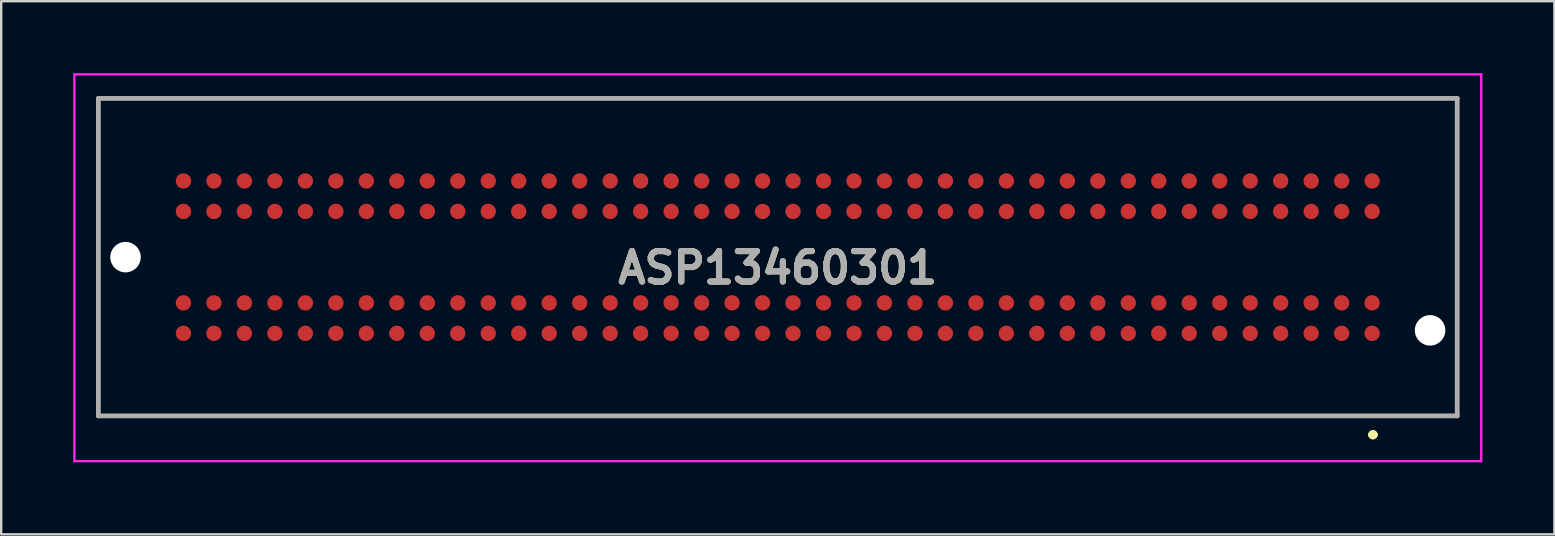
<source format=kicad_pcb>
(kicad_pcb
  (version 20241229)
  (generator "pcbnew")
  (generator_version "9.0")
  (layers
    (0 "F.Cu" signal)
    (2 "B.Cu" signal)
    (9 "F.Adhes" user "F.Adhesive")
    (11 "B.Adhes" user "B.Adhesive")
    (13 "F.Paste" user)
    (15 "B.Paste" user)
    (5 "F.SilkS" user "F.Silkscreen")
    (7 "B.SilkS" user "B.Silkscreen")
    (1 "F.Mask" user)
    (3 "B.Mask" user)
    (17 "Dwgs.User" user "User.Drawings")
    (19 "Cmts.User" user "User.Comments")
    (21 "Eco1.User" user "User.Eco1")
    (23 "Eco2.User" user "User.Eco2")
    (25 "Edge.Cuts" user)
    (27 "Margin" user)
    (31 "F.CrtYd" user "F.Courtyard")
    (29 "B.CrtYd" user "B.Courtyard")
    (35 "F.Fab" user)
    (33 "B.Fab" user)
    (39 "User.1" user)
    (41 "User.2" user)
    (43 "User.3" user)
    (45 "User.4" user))
  (footprint "ASP13460301"
    (layer "F.Cu")
    (at 29.36 7.665)
    (property "Reference" "ASP13460301" (at 0 0.442 0) (layer "F.SilkS") (effects (font (size 1.27 1.27) (thickness 0.254))))
    (attr through_hole)
    (fp_line (start -28.31 -6.615) (end 28.31 -6.615) (stroke (width 0.1) (type solid)) (layer "F.SilkS"))
    (fp_line (start -28.31 6.615) (end -28.31 -6.615) (stroke (width 0.1) (type solid)) (layer "F.SilkS"))
    (fp_line (start 24.7 7.4) (end 24.7 7.4) (stroke (width 0.2) (type solid)) (layer "F.SilkS"))
    (fp_line (start 24.9 7.4) (end 24.9 7.4) (stroke (width 0.2) (type solid)) (layer "F.SilkS"))
    (fp_line (start 28.31 -6.615) (end 28.31 6.615) (stroke (width 0.1) (type solid)) (layer "F.SilkS"))
    (fp_line (start 28.31 6.615) (end -28.31 6.615) (stroke (width 0.1) (type solid)) (layer "F.SilkS"))
    (fp_arc (start 24.7 7.4) (mid 24.8 7.3) (end 24.9 7.4) (stroke (width 0.2) (type solid)) (layer "F.SilkS"))
    (fp_arc (start 24.9 7.4) (mid 24.8 7.5) (end 24.7 7.4) (stroke (width 0.2) (type solid)) (layer "F.SilkS"))
    (fp_line (start -29.31 -7.615) (end 29.31 -7.615) (stroke (width 0.1) (type solid)) (layer "F.CrtYd"))
    (fp_line (start -29.31 8.5) (end -29.31 -7.615) (stroke (width 0.1) (type solid)) (layer "F.CrtYd"))
    (fp_line (start 29.31 -7.615) (end 29.31 8.5) (stroke (width 0.1) (type solid)) (layer "F.CrtYd"))
    (fp_line (start 29.31 8.5) (end -29.31 8.5) (stroke (width 0.1) (type solid)) (layer "F.CrtYd"))
    (fp_line (start -28.31 -6.615) (end 28.31 -6.615) (stroke (width 0.2) (type solid)) (layer "F.Fab"))
    (fp_line (start -28.31 6.615) (end -28.31 -6.615) (stroke (width 0.2) (type solid)) (layer "F.Fab"))
    (fp_line (start 28.31 -6.615) (end 28.31 6.615) (stroke (width 0.2) (type solid)) (layer "F.Fab"))
    (fp_line (start 28.31 6.615) (end -28.31 6.615) (stroke (width 0.2) (type solid)) (layer "F.Fab"))
    (fp_text user "${REFERENCE}" (at 0 0.442 0) (layer "F.Fab") (effects (font (size 1.27 1.27) (thickness 0.254))))
    (pad "" np_thru_hole circle (at -27.18 0) (size 1.27 1.27) (drill 1.27) (layers "*.Cu" "*.Mask"))
    (pad "" np_thru_hole circle (at 27.18 3.05) (size 1.27 1.27) (drill 1.27) (layers "*.Cu" "*.Mask"))
    (pad "C1" smd circle (at 24.765 3.175 90) (size 0.64 0.64) (layers "F.Cu" "F.Mask" "F.Paste"))
    (pad "C2" smd circle (at 23.495 3.175 90) (size 0.64 0.64) (layers "F.Cu" "F.Mask" "F.Paste"))
    (pad "C3" smd circle (at 22.225 3.175 90) (size 0.64 0.64) (layers "F.Cu" "F.Mask" "F.Paste"))
    (pad "C4" smd circle (at 20.955 3.175 90) (size 0.64 0.64) (layers "F.Cu" "F.Mask" "F.Paste"))
    (pad "C5" smd circle (at 19.685 3.175 90) (size 0.64 0.64) (layers "F.Cu" "F.Mask" "F.Paste"))
    (pad "C6" smd circle (at 18.415 3.175 90) (size 0.64 0.64) (layers "F.Cu" "F.Mask" "F.Paste"))
    (pad "C7" smd circle (at 17.145 3.175 90) (size 0.64 0.64) (layers "F.Cu" "F.Mask" "F.Paste"))
    (pad "C8" smd circle (at 15.875 3.175 90) (size 0.64 0.64) (layers "F.Cu" "F.Mask" "F.Paste"))
    (pad "C9" smd circle (at 14.605 3.175 90) (size 0.64 0.64) (layers "F.Cu" "F.Mask" "F.Paste"))
    (pad "C10" smd circle (at 13.335 3.175 90) (size 0.64 0.64) (layers "F.Cu" "F.Mask" "F.Paste"))
    (pad "C11" smd circle (at 12.065 3.175 90) (size 0.64 0.64) (layers "F.Cu" "F.Mask" "F.Paste"))
    (pad "C12" smd circle (at 10.795 3.175 90) (size 0.64 0.64) (layers "F.Cu" "F.Mask" "F.Paste"))
    (pad "C13" smd circle (at 9.525 3.175 90) (size 0.64 0.64) (layers "F.Cu" "F.Mask" "F.Paste"))
    (pad "C14" smd circle (at 8.255 3.175 90) (size 0.64 0.64) (layers "F.Cu" "F.Mask" "F.Paste"))
    (pad "C15" smd circle (at 6.985 3.175 90) (size 0.64 0.64) (layers "F.Cu" "F.Mask" "F.Paste"))
    (pad "C16" smd circle (at 5.715 3.175 90) (size 0.64 0.64) (layers "F.Cu" "F.Mask" "F.Paste"))
    (pad "C17" smd circle (at 4.445 3.175 90) (size 0.64 0.64) (layers "F.Cu" "F.Mask" "F.Paste"))
    (pad "C18" smd circle (at 3.175 3.175 90) (size 0.64 0.64) (layers "F.Cu" "F.Mask" "F.Paste"))
    (pad "C19" smd circle (at 1.905 3.175 90) (size 0.64 0.64) (layers "F.Cu" "F.Mask" "F.Paste"))
    (pad "C20" smd circle (at 0.635 3.175 90) (size 0.64 0.64) (layers "F.Cu" "F.Mask" "F.Paste"))
    (pad "C21" smd circle (at -0.635 3.175 90) (size 0.64 0.64) (layers "F.Cu" "F.Mask" "F.Paste"))
    (pad "C22" smd circle (at -1.905 3.175 90) (size 0.64 0.64) (layers "F.Cu" "F.Mask" "F.Paste"))
    (pad "C23" smd circle (at -3.175 3.175 90) (size 0.64 0.64) (layers "F.Cu" "F.Mask" "F.Paste"))
    (pad "C24" smd circle (at -4.445 3.175 90) (size 0.64 0.64) (layers "F.Cu" "F.Mask" "F.Paste"))
    (pad "C25" smd circle (at -5.715 3.175 90) (size 0.64 0.64) (layers "F.Cu" "F.Mask" "F.Paste"))
    (pad "C26" smd circle (at -6.985 3.175 90) (size 0.64 0.64) (layers "F.Cu" "F.Mask" "F.Paste"))
    (pad "C27" smd circle (at -8.255 3.175 90) (size 0.64 0.64) (layers "F.Cu" "F.Mask" "F.Paste"))
    (pad "C28" smd circle (at -9.525 3.175 90) (size 0.64 0.64) (layers "F.Cu" "F.Mask" "F.Paste"))
    (pad "C29" smd circle (at -10.795 3.175 90) (size 0.64 0.64) (layers "F.Cu" "F.Mask" "F.Paste"))
    (pad "C30" smd circle (at -12.065 3.175 90) (size 0.64 0.64) (layers "F.Cu" "F.Mask" "F.Paste"))
    (pad "C31" smd circle (at -13.335 3.175 90) (size 0.64 0.64) (layers "F.Cu" "F.Mask" "F.Paste"))
    (pad "C32" smd circle (at -14.605 3.175 90) (size 0.64 0.64) (layers "F.Cu" "F.Mask" "F.Paste"))
    (pad "C33" smd circle (at -15.875 3.175 90) (size 0.64 0.64) (layers "F.Cu" "F.Mask" "F.Paste"))
    (pad "C34" smd circle (at -17.145 3.175 90) (size 0.64 0.64) (layers "F.Cu" "F.Mask" "F.Paste"))
    (pad "C35" smd circle (at -18.415 3.175 90) (size 0.64 0.64) (layers "F.Cu" "F.Mask" "F.Paste"))
    (pad "C36" smd circle (at -19.685 3.175 90) (size 0.64 0.64) (layers "F.Cu" "F.Mask" "F.Paste"))
    (pad "C37" smd circle (at -20.955 3.175 90) (size 0.64 0.64) (layers "F.Cu" "F.Mask" "F.Paste"))
    (pad "C38" smd circle (at -22.225 3.175 90) (size 0.64 0.64) (layers "F.Cu" "F.Mask" "F.Paste"))
    (pad "C39" smd circle (at -23.495 3.175 90) (size 0.64 0.64) (layers "F.Cu" "F.Mask" "F.Paste"))
    (pad "C40" smd circle (at -24.765 3.175 90) (size 0.64 0.64) (layers "F.Cu" "F.Mask" "F.Paste"))
    (pad "D1" smd circle (at 24.765 1.905 90) (size 0.64 0.64) (layers "F.Cu" "F.Mask" "F.Paste"))
    (pad "D2" smd circle (at 23.495 1.905 90) (size 0.64 0.64) (layers "F.Cu" "F.Mask" "F.Paste"))
    (pad "D3" smd circle (at 22.225 1.905 90) (size 0.64 0.64) (layers "F.Cu" "F.Mask" "F.Paste"))
    (pad "D4" smd circle (at 20.955 1.905 90) (size 0.64 0.64) (layers "F.Cu" "F.Mask" "F.Paste"))
    (pad "D5" smd circle (at 19.685 1.905 90) (size 0.64 0.64) (layers "F.Cu" "F.Mask" "F.Paste"))
    (pad "D6" smd circle (at 18.415 1.905 90) (size 0.64 0.64) (layers "F.Cu" "F.Mask" "F.Paste"))
    (pad "D7" smd circle (at 17.145 1.905 90) (size 0.64 0.64) (layers "F.Cu" "F.Mask" "F.Paste"))
    (pad "D8" smd circle (at 15.875 1.905 90) (size 0.64 0.64) (layers "F.Cu" "F.Mask" "F.Paste"))
    (pad "D9" smd circle (at 14.605 1.905 90) (size 0.64 0.64) (layers "F.Cu" "F.Mask" "F.Paste"))
    (pad "D10" smd circle (at 13.335 1.905 90) (size 0.64 0.64) (layers "F.Cu" "F.Mask" "F.Paste"))
    (pad "D11" smd circle (at 12.065 1.905 90) (size 0.64 0.64) (layers "F.Cu" "F.Mask" "F.Paste"))
    (pad "D12" smd circle (at 10.795 1.905 90) (size 0.64 0.64) (layers "F.Cu" "F.Mask" "F.Paste"))
    (pad "D13" smd circle (at 9.525 1.905 90) (size 0.64 0.64) (layers "F.Cu" "F.Mask" "F.Paste"))
    (pad "D14" smd circle (at 8.255 1.905 90) (size 0.64 0.64) (layers "F.Cu" "F.Mask" "F.Paste"))
    (pad "D15" smd circle (at 6.985 1.905 90) (size 0.64 0.64) (layers "F.Cu" "F.Mask" "F.Paste"))
    (pad "D16" smd circle (at 5.715 1.905 90) (size 0.64 0.64) (layers "F.Cu" "F.Mask" "F.Paste"))
    (pad "D17" smd circle (at 4.445 1.905 90) (size 0.64 0.64) (layers "F.Cu" "F.Mask" "F.Paste"))
    (pad "D18" smd circle (at 3.175 1.905 90) (size 0.64 0.64) (layers "F.Cu" "F.Mask" "F.Paste"))
    (pad "D19" smd circle (at 1.905 1.905 90) (size 0.64 0.64) (layers "F.Cu" "F.Mask" "F.Paste"))
    (pad "D20" smd circle (at 0.635 1.905 90) (size 0.64 0.64) (layers "F.Cu" "F.Mask" "F.Paste"))
    (pad "D21" smd circle (at -0.635 1.905 90) (size 0.64 0.64) (layers "F.Cu" "F.Mask" "F.Paste"))
    (pad "D22" smd circle (at -1.905 1.905 90) (size 0.64 0.64) (layers "F.Cu" "F.Mask" "F.Paste"))
    (pad "D23" smd circle (at -3.175 1.905 90) (size 0.64 0.64) (layers "F.Cu" "F.Mask" "F.Paste"))
    (pad "D24" smd circle (at -4.445 1.905 90) (size 0.64 0.64) (layers "F.Cu" "F.Mask" "F.Paste"))
    (pad "D25" smd circle (at -5.715 1.905 90) (size 0.64 0.64) (layers "F.Cu" "F.Mask" "F.Paste"))
    (pad "D26" smd circle (at -6.985 1.905 90) (size 0.64 0.64) (layers "F.Cu" "F.Mask" "F.Paste"))
    (pad "D27" smd circle (at -8.255 1.905 90) (size 0.64 0.64) (layers "F.Cu" "F.Mask" "F.Paste"))
    (pad "D28" smd circle (at -9.525 1.905 90) (size 0.64 0.64) (layers "F.Cu" "F.Mask" "F.Paste"))
    (pad "D29" smd circle (at -10.795 1.905 90) (size 0.64 0.64) (layers "F.Cu" "F.Mask" "F.Paste"))
    (pad "D30" smd circle (at -12.065 1.905 90) (size 0.64 0.64) (layers "F.Cu" "F.Mask" "F.Paste"))
    (pad "D31" smd circle (at -13.335 1.905 90) (size 0.64 0.64) (layers "F.Cu" "F.Mask" "F.Paste"))
    (pad "D32" smd circle (at -14.605 1.905 90) (size 0.64 0.64) (layers "F.Cu" "F.Mask" "F.Paste"))
    (pad "D33" smd circle (at -15.875 1.905 90) (size 0.64 0.64) (layers "F.Cu" "F.Mask" "F.Paste"))
    (pad "D34" smd circle (at -17.145 1.905 90) (size 0.64 0.64) (layers "F.Cu" "F.Mask" "F.Paste"))
    (pad "D35" smd circle (at -18.415 1.905 90) (size 0.64 0.64) (layers "F.Cu" "F.Mask" "F.Paste"))
    (pad "D36" smd circle (at -19.685 1.905 90) (size 0.64 0.64) (layers "F.Cu" "F.Mask" "F.Paste"))
    (pad "D37" smd circle (at -20.955 1.905 90) (size 0.64 0.64) (layers "F.Cu" "F.Mask" "F.Paste"))
    (pad "D38" smd circle (at -22.225 1.905 90) (size 0.64 0.64) (layers "F.Cu" "F.Mask" "F.Paste"))
    (pad "D39" smd circle (at -23.495 1.905 90) (size 0.64 0.64) (layers "F.Cu" "F.Mask" "F.Paste"))
    (pad "D40" smd circle (at -24.765 1.905 90) (size 0.64 0.64) (layers "F.Cu" "F.Mask" "F.Paste"))
    (pad "G1" smd circle (at 24.765 -1.905 90) (size 0.64 0.64) (layers "F.Cu" "F.Mask" "F.Paste"))
    (pad "G2" smd circle (at 23.495 -1.905 90) (size 0.64 0.64) (layers "F.Cu" "F.Mask" "F.Paste"))
    (pad "G3" smd circle (at 22.225 -1.905 90) (size 0.64 0.64) (layers "F.Cu" "F.Mask" "F.Paste"))
    (pad "G4" smd circle (at 20.955 -1.905 90) (size 0.64 0.64) (layers "F.Cu" "F.Mask" "F.Paste"))
    (pad "G5" smd circle (at 19.685 -1.905 90) (size 0.64 0.64) (layers "F.Cu" "F.Mask" "F.Paste"))
    (pad "G6" smd circle (at 18.415 -1.905 90) (size 0.64 0.64) (layers "F.Cu" "F.Mask" "F.Paste"))
    (pad "G7" smd circle (at 17.145 -1.905 90) (size 0.64 0.64) (layers "F.Cu" "F.Mask" "F.Paste"))
    (pad "G8" smd circle (at 15.875 -1.905 90) (size 0.64 0.64) (layers "F.Cu" "F.Mask" "F.Paste"))
    (pad "G9" smd circle (at 14.605 -1.905 90) (size 0.64 0.64) (layers "F.Cu" "F.Mask" "F.Paste"))
    (pad "G10" smd circle (at 13.335 -1.905 90) (size 0.64 0.64) (layers "F.Cu" "F.Mask" "F.Paste"))
    (pad "G11" smd circle (at 12.065 -1.905 90) (size 0.64 0.64) (layers "F.Cu" "F.Mask" "F.Paste"))
    (pad "G12" smd circle (at 10.795 -1.905 90) (size 0.64 0.64) (layers "F.Cu" "F.Mask" "F.Paste"))
    (pad "G13" smd circle (at 9.525 -1.905 90) (size 0.64 0.64) (layers "F.Cu" "F.Mask" "F.Paste"))
    (pad "G14" smd circle (at 8.255 -1.905 90) (size 0.64 0.64) (layers "F.Cu" "F.Mask" "F.Paste"))
    (pad "G15" smd circle (at 6.985 -1.905 90) (size 0.64 0.64) (layers "F.Cu" "F.Mask" "F.Paste"))
    (pad "G16" smd circle (at 5.715 -1.905 90) (size 0.64 0.64) (layers "F.Cu" "F.Mask" "F.Paste"))
    (pad "G17" smd circle (at 4.445 -1.905 90) (size 0.64 0.64) (layers "F.Cu" "F.Mask" "F.Paste"))
    (pad "G18" smd circle (at 3.175 -1.905 90) (size 0.64 0.64) (layers "F.Cu" "F.Mask" "F.Paste"))
    (pad "G19" smd circle (at 1.905 -1.905 90) (size 0.64 0.64) (layers "F.Cu" "F.Mask" "F.Paste"))
    (pad "G20" smd circle (at 0.635 -1.905 90) (size 0.64 0.64) (layers "F.Cu" "F.Mask" "F.Paste"))
    (pad "G21" smd circle (at -0.635 -1.905 90) (size 0.64 0.64) (layers "F.Cu" "F.Mask" "F.Paste"))
    (pad "G22" smd circle (at -1.905 -1.905 90) (size 0.64 0.64) (layers "F.Cu" "F.Mask" "F.Paste"))
    (pad "G23" smd circle (at -3.175 -1.905 90) (size 0.64 0.64) (layers "F.Cu" "F.Mask" "F.Paste"))
    (pad "G24" smd circle (at -4.445 -1.905 90) (size 0.64 0.64) (layers "F.Cu" "F.Mask" "F.Paste"))
    (pad "G25" smd circle (at -5.715 -1.905 90) (size 0.64 0.64) (layers "F.Cu" "F.Mask" "F.Paste"))
    (pad "G26" smd circle (at -6.985 -1.905 90) (size 0.64 0.64) (layers "F.Cu" "F.Mask" "F.Paste"))
    (pad "G27" smd circle (at -8.255 -1.905 90) (size 0.64 0.64) (layers "F.Cu" "F.Mask" "F.Paste"))
    (pad "G28" smd circle (at -9.525 -1.905 90) (size 0.64 0.64) (layers "F.Cu" "F.Mask" "F.Paste"))
    (pad "G29" smd circle (at -10.795 -1.905 90) (size 0.64 0.64) (layers "F.Cu" "F.Mask" "F.Paste"))
    (pad "G30" smd circle (at -12.065 -1.905 90) (size 0.64 0.64) (layers "F.Cu" "F.Mask" "F.Paste"))
    (pad "G31" smd circle (at -13.335 -1.905 90) (size 0.64 0.64) (layers "F.Cu" "F.Mask" "F.Paste"))
    (pad "G32" smd circle (at -14.605 -1.905 90) (size 0.64 0.64) (layers "F.Cu" "F.Mask" "F.Paste"))
    (pad "G33" smd circle (at -15.875 -1.905 90) (size 0.64 0.64) (layers "F.Cu" "F.Mask" "F.Paste"))
    (pad "G34" smd circle (at -17.145 -1.905 90) (size 0.64 0.64) (layers "F.Cu" "F.Mask" "F.Paste"))
    (pad "G35" smd circle (at -18.415 -1.905 90) (size 0.64 0.64) (layers "F.Cu" "F.Mask" "F.Paste"))
    (pad "G36" smd circle (at -19.685 -1.905 90) (size 0.64 0.64) (layers "F.Cu" "F.Mask" "F.Paste"))
    (pad "G37" smd circle (at -20.955 -1.905 90) (size 0.64 0.64) (layers "F.Cu" "F.Mask" "F.Paste"))
    (pad "G38" smd circle (at -22.225 -1.905 90) (size 0.64 0.64) (layers "F.Cu" "F.Mask" "F.Paste"))
    (pad "G39" smd circle (at -23.495 -1.905 90) (size 0.64 0.64) (layers "F.Cu" "F.Mask" "F.Paste"))
    (pad "G40" smd circle (at -24.765 -1.905 90) (size 0.64 0.64) (layers "F.Cu" "F.Mask" "F.Paste"))
    (pad "H1" smd circle (at 24.765 -3.175 90) (size 0.64 0.64) (layers "F.Cu" "F.Mask" "F.Paste"))
    (pad "H2" smd circle (at 23.495 -3.175 90) (size 0.64 0.64) (layers "F.Cu" "F.Mask" "F.Paste"))
    (pad "H3" smd circle (at 22.225 -3.175 90) (size 0.64 0.64) (layers "F.Cu" "F.Mask" "F.Paste"))
    (pad "H4" smd circle (at 20.955 -3.175 90) (size 0.64 0.64) (layers "F.Cu" "F.Mask" "F.Paste"))
    (pad "H5" smd circle (at 19.685 -3.175 90) (size 0.64 0.64) (layers "F.Cu" "F.Mask" "F.Paste"))
    (pad "H6" smd circle (at 18.415 -3.175 90) (size 0.64 0.64) (layers "F.Cu" "F.Mask" "F.Paste"))
    (pad "H7" smd circle (at 17.145 -3.175 90) (size 0.64 0.64) (layers "F.Cu" "F.Mask" "F.Paste"))
    (pad "H8" smd circle (at 15.875 -3.175 90) (size 0.64 0.64) (layers "F.Cu" "F.Mask" "F.Paste"))
    (pad "H9" smd circle (at 14.605 -3.175 90) (size 0.64 0.64) (layers "F.Cu" "F.Mask" "F.Paste"))
    (pad "H10" smd circle (at 13.335 -3.175 90) (size 0.64 0.64) (layers "F.Cu" "F.Mask" "F.Paste"))
    (pad "H11" smd circle (at 12.065 -3.175 90) (size 0.64 0.64) (layers "F.Cu" "F.Mask" "F.Paste"))
    (pad "H12" smd circle (at 10.795 -3.175 90) (size 0.64 0.64) (layers "F.Cu" "F.Mask" "F.Paste"))
    (pad "H13" smd circle (at 9.525 -3.175 90) (size 0.64 0.64) (layers "F.Cu" "F.Mask" "F.Paste"))
    (pad "H14" smd circle (at 8.255 -3.175 90) (size 0.64 0.64) (layers "F.Cu" "F.Mask" "F.Paste"))
    (pad "H15" smd circle (at 6.985 -3.175 90) (size 0.64 0.64) (layers "F.Cu" "F.Mask" "F.Paste"))
    (pad "H16" smd circle (at 5.715 -3.175 90) (size 0.64 0.64) (layers "F.Cu" "F.Mask" "F.Paste"))
    (pad "H17" smd circle (at 4.445 -3.175 90) (size 0.64 0.64) (layers "F.Cu" "F.Mask" "F.Paste"))
    (pad "H18" smd circle (at 3.175 -3.175 90) (size 0.64 0.64) (layers "F.Cu" "F.Mask" "F.Paste"))
    (pad "H19" smd circle (at 1.905 -3.175 90) (size 0.64 0.64) (layers "F.Cu" "F.Mask" "F.Paste"))
    (pad "H20" smd circle (at 0.635 -3.175 90) (size 0.64 0.64) (layers "F.Cu" "F.Mask" "F.Paste"))
    (pad "H21" smd circle (at -0.635 -3.175 90) (size 0.64 0.64) (layers "F.Cu" "F.Mask" "F.Paste"))
    (pad "H22" smd circle (at -1.905 -3.175 90) (size 0.64 0.64) (layers "F.Cu" "F.Mask" "F.Paste"))
    (pad "H23" smd circle (at -3.175 -3.175 90) (size 0.64 0.64) (layers "F.Cu" "F.Mask" "F.Paste"))
    (pad "H24" smd circle (at -4.445 -3.175 90) (size 0.64 0.64) (layers "F.Cu" "F.Mask" "F.Paste"))
    (pad "H25" smd circle (at -5.715 -3.175 90) (size 0.64 0.64) (layers "F.Cu" "F.Mask" "F.Paste"))
    (pad "H26" smd circle (at -6.985 -3.175 90) (size 0.64 0.64) (layers "F.Cu" "F.Mask" "F.Paste"))
    (pad "H27" smd circle (at -8.255 -3.175 90) (size 0.64 0.64) (layers "F.Cu" "F.Mask" "F.Paste"))
    (pad "H28" smd circle (at -9.525 -3.175 90) (size 0.64 0.64) (layers "F.Cu" "F.Mask" "F.Paste"))
    (pad "H29" smd circle (at -10.795 -3.175 90) (size 0.64 0.64) (layers "F.Cu" "F.Mask" "F.Paste"))
    (pad "H30" smd circle (at -12.065 -3.175 90) (size 0.64 0.64) (layers "F.Cu" "F.Mask" "F.Paste"))
    (pad "H31" smd circle (at -13.335 -3.175 90) (size 0.64 0.64) (layers "F.Cu" "F.Mask" "F.Paste"))
    (pad "H32" smd circle (at -14.605 -3.175 90) (size 0.64 0.64) (layers "F.Cu" "F.Mask" "F.Paste"))
    (pad "H33" smd circle (at -15.875 -3.175 90) (size 0.64 0.64) (layers "F.Cu" "F.Mask" "F.Paste"))
    (pad "H34" smd circle (at -17.145 -3.175 90) (size 0.64 0.64) (layers "F.Cu" "F.Mask" "F.Paste"))
    (pad "H35" smd circle (at -18.415 -3.175 90) (size 0.64 0.64) (layers "F.Cu" "F.Mask" "F.Paste"))
    (pad "H36" smd circle (at -19.685 -3.175 90) (size 0.64 0.64) (layers "F.Cu" "F.Mask" "F.Paste"))
    (pad "H37" smd circle (at -20.955 -3.175 90) (size 0.64 0.64) (layers "F.Cu" "F.Mask" "F.Paste"))
    (pad "H38" smd circle (at -22.225 -3.175 90) (size 0.64 0.64) (layers "F.Cu" "F.Mask" "F.Paste"))
    (pad "H39" smd circle (at -23.495 -3.175 90) (size 0.64 0.64) (layers "F.Cu" "F.Mask" "F.Paste"))
    (pad "H40" smd circle (at -24.765 -3.175 90) (size 0.64 0.64) (layers "F.Cu" "F.Mask" "F.Paste")))
  (gr_rect
    (start -3 -3)
    (end 61.72 19.215)
    (stroke (width 0.1) (type default))
    (fill no)
    (layer "Edge.Cuts")))
</source>
